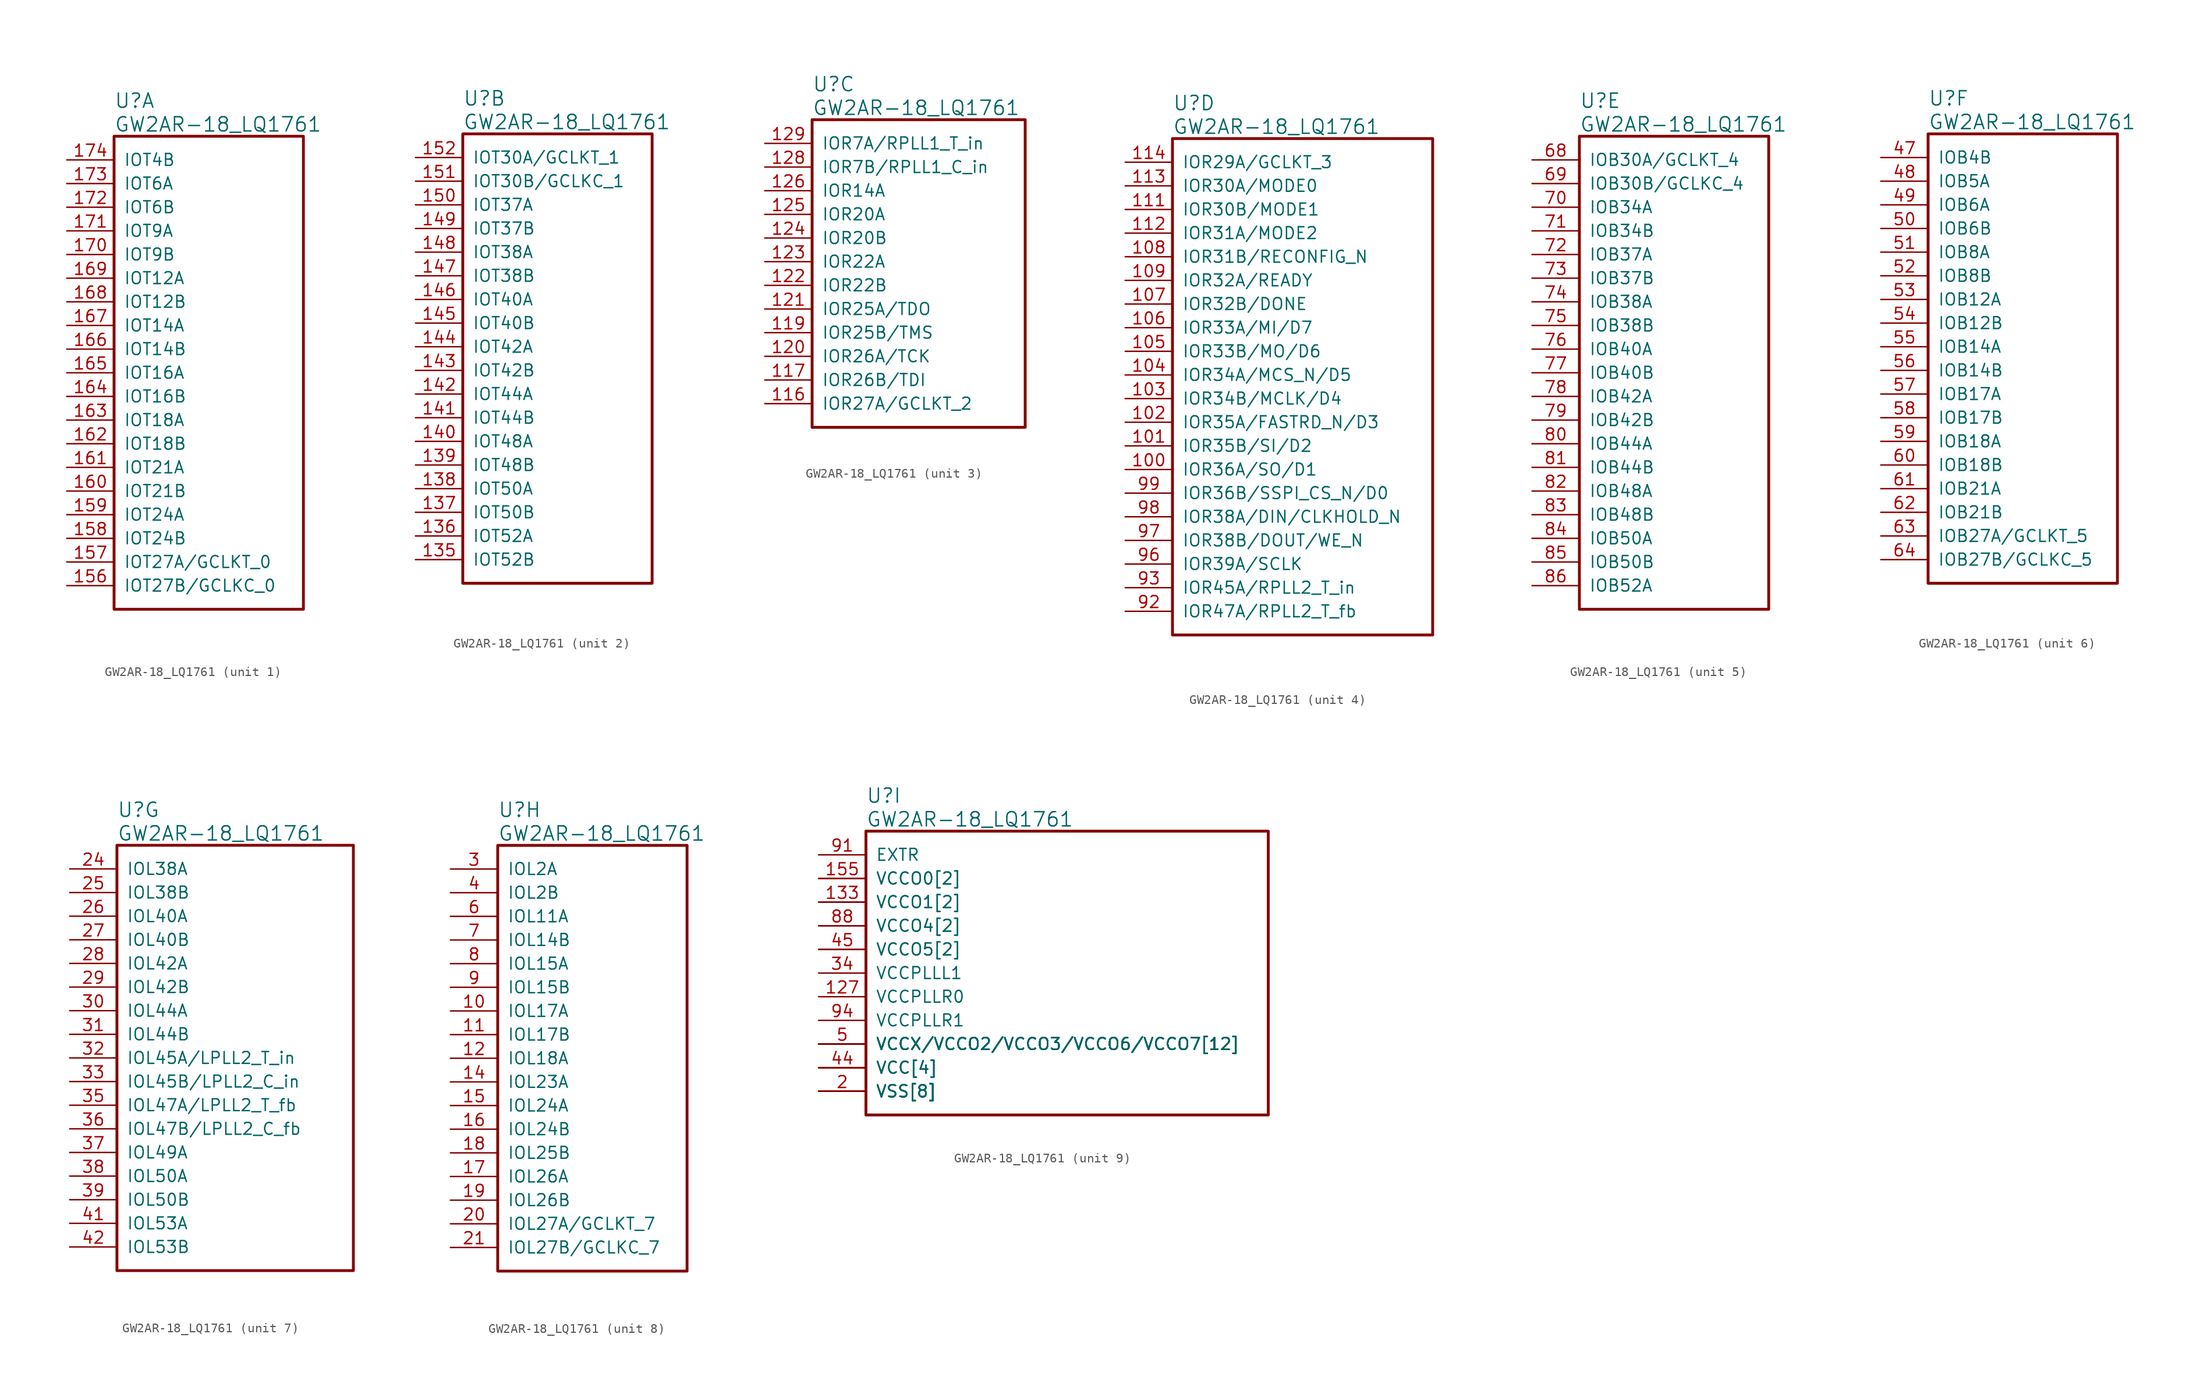
<source format=kicad_sym>
(kicad_symbol_lib
  (version 20220914)
  (generator kicad_symbol_editor)
  (symbol "GW2AR-18_LQ1761"
    (pin_names
      (offset 1.016))
    (property "Reference" "U"
      (at 5.08 6.35 0)
      (effects (font (size 1.524 1.524)) (justify left)))
    (property "Value" "GW2AR-18_LQ1761"
      (at 5.08 3.81 0)
      (effects (font (size 1.524 1.524)) (justify left)))
    (property "ki_locked" ""
      (at 0 0 0)
      (effects (font (size 1.27 1.27))))
    (symbol "GW2AR-18_LQ1761_1_1"
      (rectangle (start 5.08 2.54) (end 25.4 -48.26) (stroke (width 0.305) (type solid)) (fill (type none)))
      (pin bidirectional line (at 0 -45.72 0) (length 5.08) (name "IOT27B/GCLKC_0" (effects (font (size 1.27 1.27)))) (number "156" (effects (font (size 1.27 1.27)))))
      (pin bidirectional line (at 0 -43.18 0) (length 5.08) (name "IOT27A/GCLKT_0" (effects (font (size 1.27 1.27)))) (number "157" (effects (font (size 1.27 1.27)))))
      (pin bidirectional line (at 0 -40.64 0) (length 5.08) (name "IOT24B" (effects (font (size 1.27 1.27)))) (number "158" (effects (font (size 1.27 1.27)))))
      (pin bidirectional line (at 0 -38.1 0) (length 5.08) (name "IOT24A" (effects (font (size 1.27 1.27)))) (number "159" (effects (font (size 1.27 1.27)))))
      (pin bidirectional line (at 0 -35.56 0) (length 5.08) (name "IOT21B" (effects (font (size 1.27 1.27)))) (number "160" (effects (font (size 1.27 1.27)))))
      (pin bidirectional line (at 0 -33.02 0) (length 5.08) (name "IOT21A" (effects (font (size 1.27 1.27)))) (number "161" (effects (font (size 1.27 1.27)))))
      (pin bidirectional line (at 0 -30.48 0) (length 5.08) (name "IOT18B" (effects (font (size 1.27 1.27)))) (number "162" (effects (font (size 1.27 1.27)))))
      (pin bidirectional line (at 0 -27.94 0) (length 5.08) (name "IOT18A" (effects (font (size 1.27 1.27)))) (number "163" (effects (font (size 1.27 1.27)))))
      (pin bidirectional line (at 0 -25.4 0) (length 5.08) (name "IOT16B" (effects (font (size 1.27 1.27)))) (number "164" (effects (font (size 1.27 1.27)))))
      (pin bidirectional line (at 0 -22.86 0) (length 5.08) (name "IOT16A" (effects (font (size 1.27 1.27)))) (number "165" (effects (font (size 1.27 1.27)))))
      (pin bidirectional line (at 0 -20.32 0) (length 5.08) (name "IOT14B" (effects (font (size 1.27 1.27)))) (number "166" (effects (font (size 1.27 1.27)))))
      (pin bidirectional line (at 0 -17.78 0) (length 5.08) (name "IOT14A" (effects (font (size 1.27 1.27)))) (number "167" (effects (font (size 1.27 1.27)))))
      (pin bidirectional line (at 0 -15.24 0) (length 5.08) (name "IOT12B" (effects (font (size 1.27 1.27)))) (number "168" (effects (font (size 1.27 1.27)))))
      (pin bidirectional line (at 0 -12.7 0) (length 5.08) (name "IOT12A" (effects (font (size 1.27 1.27)))) (number "169" (effects (font (size 1.27 1.27)))))
      (pin bidirectional line (at 0 -10.16 0) (length 5.08) (name "IOT9B" (effects (font (size 1.27 1.27)))) (number "170" (effects (font (size 1.27 1.27)))))
      (pin bidirectional line (at 0 -7.62 0) (length 5.08) (name "IOT9A" (effects (font (size 1.27 1.27)))) (number "171" (effects (font (size 1.27 1.27)))))
      (pin bidirectional line (at 0 -5.08 0) (length 5.08) (name "IOT6B" (effects (font (size 1.27 1.27)))) (number "172" (effects (font (size 1.27 1.27)))))
      (pin bidirectional line (at 0 -2.54 0) (length 5.08) (name "IOT6A" (effects (font (size 1.27 1.27)))) (number "173" (effects (font (size 1.27 1.27)))))
      (pin bidirectional line (at 0 0 0) (length 5.08) (name "IOT4B" (effects (font (size 1.27 1.27)))) (number "174" (effects (font (size 1.27 1.27))))))
    (symbol "GW2AR-18_LQ1761_2_1"
      (rectangle (start 5.08 2.54) (end 25.4 -45.72) (stroke (width 0.305) (type solid)) (fill (type none)))
      (pin bidirectional line (at 0 -43.18 0) (length 5.08) (name "IOT52B" (effects (font (size 1.27 1.27)))) (number "135" (effects (font (size 1.27 1.27)))))
      (pin bidirectional line (at 0 -40.64 0) (length 5.08) (name "IOT52A" (effects (font (size 1.27 1.27)))) (number "136" (effects (font (size 1.27 1.27)))))
      (pin bidirectional line (at 0 -38.1 0) (length 5.08) (name "IOT50B" (effects (font (size 1.27 1.27)))) (number "137" (effects (font (size 1.27 1.27)))))
      (pin bidirectional line (at 0 -35.56 0) (length 5.08) (name "IOT50A" (effects (font (size 1.27 1.27)))) (number "138" (effects (font (size 1.27 1.27)))))
      (pin bidirectional line (at 0 -33.02 0) (length 5.08) (name "IOT48B" (effects (font (size 1.27 1.27)))) (number "139" (effects (font (size 1.27 1.27)))))
      (pin bidirectional line (at 0 -30.48 0) (length 5.08) (name "IOT48A" (effects (font (size 1.27 1.27)))) (number "140" (effects (font (size 1.27 1.27)))))
      (pin bidirectional line (at 0 -27.94 0) (length 5.08) (name "IOT44B" (effects (font (size 1.27 1.27)))) (number "141" (effects (font (size 1.27 1.27)))))
      (pin bidirectional line (at 0 -25.4 0) (length 5.08) (name "IOT44A" (effects (font (size 1.27 1.27)))) (number "142" (effects (font (size 1.27 1.27)))))
      (pin bidirectional line (at 0 -22.86 0) (length 5.08) (name "IOT42B" (effects (font (size 1.27 1.27)))) (number "143" (effects (font (size 1.27 1.27)))))
      (pin bidirectional line (at 0 -20.32 0) (length 5.08) (name "IOT42A" (effects (font (size 1.27 1.27)))) (number "144" (effects (font (size 1.27 1.27)))))
      (pin bidirectional line (at 0 -17.78 0) (length 5.08) (name "IOT40B" (effects (font (size 1.27 1.27)))) (number "145" (effects (font (size 1.27 1.27)))))
      (pin bidirectional line (at 0 -15.24 0) (length 5.08) (name "IOT40A" (effects (font (size 1.27 1.27)))) (number "146" (effects (font (size 1.27 1.27)))))
      (pin bidirectional line (at 0 -12.7 0) (length 5.08) (name "IOT38B" (effects (font (size 1.27 1.27)))) (number "147" (effects (font (size 1.27 1.27)))))
      (pin bidirectional line (at 0 -10.16 0) (length 5.08) (name "IOT38A" (effects (font (size 1.27 1.27)))) (number "148" (effects (font (size 1.27 1.27)))))
      (pin bidirectional line (at 0 -7.62 0) (length 5.08) (name "IOT37B" (effects (font (size 1.27 1.27)))) (number "149" (effects (font (size 1.27 1.27)))))
      (pin bidirectional line (at 0 -5.08 0) (length 5.08) (name "IOT37A" (effects (font (size 1.27 1.27)))) (number "150" (effects (font (size 1.27 1.27)))))
      (pin bidirectional line (at 0 -2.54 0) (length 5.08) (name "IOT30B/GCLKC_1" (effects (font (size 1.27 1.27)))) (number "151" (effects (font (size 1.27 1.27)))))
      (pin bidirectional line (at 0 0 0) (length 5.08) (name "IOT30A/GCLKT_1" (effects (font (size 1.27 1.27)))) (number "152" (effects (font (size 1.27 1.27))))))
    (symbol "GW2AR-18_LQ1761_3_1"
      (rectangle (start 5.08 2.54) (end 27.94 -30.48) (stroke (width 0.305) (type solid)) (fill (type none)))
      (pin bidirectional line (at 0 -27.94 0) (length 5.08) (name "IOR27A/GCLKT_2" (effects (font (size 1.27 1.27)))) (number "116" (effects (font (size 1.27 1.27)))))
      (pin bidirectional line (at 0 -25.4 0) (length 5.08) (name "IOR26B/TDI" (effects (font (size 1.27 1.27)))) (number "117" (effects (font (size 1.27 1.27)))))
      (pin bidirectional line (at 0 -20.32 0) (length 5.08) (name "IOR25B/TMS" (effects (font (size 1.27 1.27)))) (number "119" (effects (font (size 1.27 1.27)))))
      (pin bidirectional line (at 0 -22.86 0) (length 5.08) (name "IOR26A/TCK" (effects (font (size 1.27 1.27)))) (number "120" (effects (font (size 1.27 1.27)))))
      (pin bidirectional line (at 0 -17.78 0) (length 5.08) (name "IOR25A/TDO" (effects (font (size 1.27 1.27)))) (number "121" (effects (font (size 1.27 1.27)))))
      (pin bidirectional line (at 0 -15.24 0) (length 5.08) (name "IOR22B" (effects (font (size 1.27 1.27)))) (number "122" (effects (font (size 1.27 1.27)))))
      (pin bidirectional line (at 0 -12.7 0) (length 5.08) (name "IOR22A" (effects (font (size 1.27 1.27)))) (number "123" (effects (font (size 1.27 1.27)))))
      (pin bidirectional line (at 0 -10.16 0) (length 5.08) (name "IOR20B" (effects (font (size 1.27 1.27)))) (number "124" (effects (font (size 1.27 1.27)))))
      (pin bidirectional line (at 0 -7.62 0) (length 5.08) (name "IOR20A" (effects (font (size 1.27 1.27)))) (number "125" (effects (font (size 1.27 1.27)))))
      (pin bidirectional line (at 0 -5.08 0) (length 5.08) (name "IOR14A" (effects (font (size 1.27 1.27)))) (number "126" (effects (font (size 1.27 1.27)))))
      (pin bidirectional line (at 0 -2.54 0) (length 5.08) (name "IOR7B/RPLL1_C_in" (effects (font (size 1.27 1.27)))) (number "128" (effects (font (size 1.27 1.27)))))
      (pin bidirectional line (at 0 0 0) (length 5.08) (name "IOR7A/RPLL1_T_in" (effects (font (size 1.27 1.27)))) (number "129" (effects (font (size 1.27 1.27))))))
    (symbol "GW2AR-18_LQ1761_4_1"
      (rectangle (start 5.08 2.54) (end 33.02 -50.8) (stroke (width 0.305) (type solid)) (fill (type none)))
      (pin bidirectional line (at 0 -33.02 0) (length 5.08) (name "IOR36A/SO/D1" (effects (font (size 1.27 1.27)))) (number "100" (effects (font (size 1.27 1.27)))))
      (pin bidirectional line (at 0 -30.48 0) (length 5.08) (name "IOR35B/SI/D2" (effects (font (size 1.27 1.27)))) (number "101" (effects (font (size 1.27 1.27)))))
      (pin bidirectional line (at 0 -27.94 0) (length 5.08) (name "IOR35A/FASTRD_N/D3" (effects (font (size 1.27 1.27)))) (number "102" (effects (font (size 1.27 1.27)))))
      (pin bidirectional line (at 0 -25.4 0) (length 5.08) (name "IOR34B/MCLK/D4" (effects (font (size 1.27 1.27)))) (number "103" (effects (font (size 1.27 1.27)))))
      (pin bidirectional line (at 0 -22.86 0) (length 5.08) (name "IOR34A/MCS_N/D5" (effects (font (size 1.27 1.27)))) (number "104" (effects (font (size 1.27 1.27)))))
      (pin bidirectional line (at 0 -20.32 0) (length 5.08) (name "IOR33B/MO/D6" (effects (font (size 1.27 1.27)))) (number "105" (effects (font (size 1.27 1.27)))))
      (pin bidirectional line (at 0 -17.78 0) (length 5.08) (name "IOR33A/MI/D7" (effects (font (size 1.27 1.27)))) (number "106" (effects (font (size 1.27 1.27)))))
      (pin bidirectional line (at 0 -15.24 0) (length 5.08) (name "IOR32B/DONE" (effects (font (size 1.27 1.27)))) (number "107" (effects (font (size 1.27 1.27)))))
      (pin bidirectional line (at 0 -10.16 0) (length 5.08) (name "IOR31B/RECONFIG_N" (effects (font (size 1.27 1.27)))) (number "108" (effects (font (size 1.27 1.27)))))
      (pin bidirectional line (at 0 -12.7 0) (length 5.08) (name "IOR32A/READY" (effects (font (size 1.27 1.27)))) (number "109" (effects (font (size 1.27 1.27)))))
      (pin bidirectional line (at 0 -5.08 0) (length 5.08) (name "IOR30B/MODE1" (effects (font (size 1.27 1.27)))) (number "111" (effects (font (size 1.27 1.27)))))
      (pin bidirectional line (at 0 -7.62 0) (length 5.08) (name "IOR31A/MODE2" (effects (font (size 1.27 1.27)))) (number "112" (effects (font (size 1.27 1.27)))))
      (pin bidirectional line (at 0 -2.54 0) (length 5.08) (name "IOR30A/MODE0" (effects (font (size 1.27 1.27)))) (number "113" (effects (font (size 1.27 1.27)))))
      (pin bidirectional line (at 0 0 0) (length 5.08) (name "IOR29A/GCLKT_3" (effects (font (size 1.27 1.27)))) (number "114" (effects (font (size 1.27 1.27)))))
      (pin bidirectional line (at 0 -48.26 0) (length 5.08) (name "IOR47A/RPLL2_T_fb" (effects (font (size 1.27 1.27)))) (number "92" (effects (font (size 1.27 1.27)))))
      (pin bidirectional line (at 0 -45.72 0) (length 5.08) (name "IOR45A/RPLL2_T_in" (effects (font (size 1.27 1.27)))) (number "93" (effects (font (size 1.27 1.27)))))
      (pin bidirectional line (at 0 -43.18 0) (length 5.08) (name "IOR39A/SCLK" (effects (font (size 1.27 1.27)))) (number "96" (effects (font (size 1.27 1.27)))))
      (pin bidirectional line (at 0 -40.64 0) (length 5.08) (name "IOR38B/DOUT/WE_N" (effects (font (size 1.27 1.27)))) (number "97" (effects (font (size 1.27 1.27)))))
      (pin bidirectional line (at 0 -38.1 0) (length 5.08) (name "IOR38A/DIN/CLKHOLD_N" (effects (font (size 1.27 1.27)))) (number "98" (effects (font (size 1.27 1.27)))))
      (pin bidirectional line (at 0 -35.56 0) (length 5.08) (name "IOR36B/SSPI_CS_N/D0" (effects (font (size 1.27 1.27)))) (number "99" (effects (font (size 1.27 1.27))))))
    (symbol "GW2AR-18_LQ1761_5_1"
      (rectangle (start 5.08 2.54) (end 25.4 -48.26) (stroke (width 0.305) (type solid)) (fill (type none)))
      (pin bidirectional line (at 0 0 0) (length 5.08) (name "IOB30A/GCLKT_4" (effects (font (size 1.27 1.27)))) (number "68" (effects (font (size 1.27 1.27)))))
      (pin bidirectional line (at 0 -2.54 0) (length 5.08) (name "IOB30B/GCLKC_4" (effects (font (size 1.27 1.27)))) (number "69" (effects (font (size 1.27 1.27)))))
      (pin bidirectional line (at 0 -5.08 0) (length 5.08) (name "IOB34A" (effects (font (size 1.27 1.27)))) (number "70" (effects (font (size 1.27 1.27)))))
      (pin bidirectional line (at 0 -7.62 0) (length 5.08) (name "IOB34B" (effects (font (size 1.27 1.27)))) (number "71" (effects (font (size 1.27 1.27)))))
      (pin bidirectional line (at 0 -10.16 0) (length 5.08) (name "IOB37A" (effects (font (size 1.27 1.27)))) (number "72" (effects (font (size 1.27 1.27)))))
      (pin bidirectional line (at 0 -12.7 0) (length 5.08) (name "IOB37B" (effects (font (size 1.27 1.27)))) (number "73" (effects (font (size 1.27 1.27)))))
      (pin bidirectional line (at 0 -15.24 0) (length 5.08) (name "IOB38A" (effects (font (size 1.27 1.27)))) (number "74" (effects (font (size 1.27 1.27)))))
      (pin bidirectional line (at 0 -17.78 0) (length 5.08) (name "IOB38B" (effects (font (size 1.27 1.27)))) (number "75" (effects (font (size 1.27 1.27)))))
      (pin bidirectional line (at 0 -20.32 0) (length 5.08) (name "IOB40A" (effects (font (size 1.27 1.27)))) (number "76" (effects (font (size 1.27 1.27)))))
      (pin bidirectional line (at 0 -22.86 0) (length 5.08) (name "IOB40B" (effects (font (size 1.27 1.27)))) (number "77" (effects (font (size 1.27 1.27)))))
      (pin bidirectional line (at 0 -25.4 0) (length 5.08) (name "IOB42A" (effects (font (size 1.27 1.27)))) (number "78" (effects (font (size 1.27 1.27)))))
      (pin bidirectional line (at 0 -27.94 0) (length 5.08) (name "IOB42B" (effects (font (size 1.27 1.27)))) (number "79" (effects (font (size 1.27 1.27)))))
      (pin bidirectional line (at 0 -30.48 0) (length 5.08) (name "IOB44A" (effects (font (size 1.27 1.27)))) (number "80" (effects (font (size 1.27 1.27)))))
      (pin bidirectional line (at 0 -33.02 0) (length 5.08) (name "IOB44B" (effects (font (size 1.27 1.27)))) (number "81" (effects (font (size 1.27 1.27)))))
      (pin bidirectional line (at 0 -35.56 0) (length 5.08) (name "IOB48A" (effects (font (size 1.27 1.27)))) (number "82" (effects (font (size 1.27 1.27)))))
      (pin bidirectional line (at 0 -38.1 0) (length 5.08) (name "IOB48B" (effects (font (size 1.27 1.27)))) (number "83" (effects (font (size 1.27 1.27)))))
      (pin bidirectional line (at 0 -40.64 0) (length 5.08) (name "IOB50A" (effects (font (size 1.27 1.27)))) (number "84" (effects (font (size 1.27 1.27)))))
      (pin bidirectional line (at 0 -43.18 0) (length 5.08) (name "IOB50B" (effects (font (size 1.27 1.27)))) (number "85" (effects (font (size 1.27 1.27)))))
      (pin bidirectional line (at 0 -45.72 0) (length 5.08) (name "IOB52A" (effects (font (size 1.27 1.27)))) (number "86" (effects (font (size 1.27 1.27))))))
    (symbol "GW2AR-18_LQ1761_6_1"
      (rectangle (start 5.08 2.54) (end 25.4 -45.72) (stroke (width 0.305) (type solid)) (fill (type none)))
      (pin bidirectional line (at 0 0 0) (length 5.08) (name "IOB4B" (effects (font (size 1.27 1.27)))) (number "47" (effects (font (size 1.27 1.27)))))
      (pin bidirectional line (at 0 -2.54 0) (length 5.08) (name "IOB5A" (effects (font (size 1.27 1.27)))) (number "48" (effects (font (size 1.27 1.27)))))
      (pin bidirectional line (at 0 -5.08 0) (length 5.08) (name "IOB6A" (effects (font (size 1.27 1.27)))) (number "49" (effects (font (size 1.27 1.27)))))
      (pin bidirectional line (at 0 -7.62 0) (length 5.08) (name "IOB6B" (effects (font (size 1.27 1.27)))) (number "50" (effects (font (size 1.27 1.27)))))
      (pin bidirectional line (at 0 -10.16 0) (length 5.08) (name "IOB8A" (effects (font (size 1.27 1.27)))) (number "51" (effects (font (size 1.27 1.27)))))
      (pin bidirectional line (at 0 -12.7 0) (length 5.08) (name "IOB8B" (effects (font (size 1.27 1.27)))) (number "52" (effects (font (size 1.27 1.27)))))
      (pin bidirectional line (at 0 -15.24 0) (length 5.08) (name "IOB12A" (effects (font (size 1.27 1.27)))) (number "53" (effects (font (size 1.27 1.27)))))
      (pin bidirectional line (at 0 -17.78 0) (length 5.08) (name "IOB12B" (effects (font (size 1.27 1.27)))) (number "54" (effects (font (size 1.27 1.27)))))
      (pin bidirectional line (at 0 -20.32 0) (length 5.08) (name "IOB14A" (effects (font (size 1.27 1.27)))) (number "55" (effects (font (size 1.27 1.27)))))
      (pin bidirectional line (at 0 -22.86 0) (length 5.08) (name "IOB14B" (effects (font (size 1.27 1.27)))) (number "56" (effects (font (size 1.27 1.27)))))
      (pin bidirectional line (at 0 -25.4 0) (length 5.08) (name "IOB17A" (effects (font (size 1.27 1.27)))) (number "57" (effects (font (size 1.27 1.27)))))
      (pin bidirectional line (at 0 -27.94 0) (length 5.08) (name "IOB17B" (effects (font (size 1.27 1.27)))) (number "58" (effects (font (size 1.27 1.27)))))
      (pin bidirectional line (at 0 -30.48 0) (length 5.08) (name "IOB18A" (effects (font (size 1.27 1.27)))) (number "59" (effects (font (size 1.27 1.27)))))
      (pin bidirectional line (at 0 -33.02 0) (length 5.08) (name "IOB18B" (effects (font (size 1.27 1.27)))) (number "60" (effects (font (size 1.27 1.27)))))
      (pin bidirectional line (at 0 -35.56 0) (length 5.08) (name "IOB21A" (effects (font (size 1.27 1.27)))) (number "61" (effects (font (size 1.27 1.27)))))
      (pin bidirectional line (at 0 -38.1 0) (length 5.08) (name "IOB21B" (effects (font (size 1.27 1.27)))) (number "62" (effects (font (size 1.27 1.27)))))
      (pin bidirectional line (at 0 -40.64 0) (length 5.08) (name "IOB27A/GCLKT_5" (effects (font (size 1.27 1.27)))) (number "63" (effects (font (size 1.27 1.27)))))
      (pin bidirectional line (at 0 -43.18 0) (length 5.08) (name "IOB27B/GCLKC_5" (effects (font (size 1.27 1.27)))) (number "64" (effects (font (size 1.27 1.27))))))
    (symbol "GW2AR-18_LQ1761_7_1"
      (rectangle (start 5.08 2.54) (end 30.48 -43.18) (stroke (width 0.305) (type solid)) (fill (type none)))
      (pin bidirectional line (at 0 0 0) (length 5.08) (name "IOL38A" (effects (font (size 1.27 1.27)))) (number "24" (effects (font (size 1.27 1.27)))))
      (pin bidirectional line (at 0 -2.54 0) (length 5.08) (name "IOL38B" (effects (font (size 1.27 1.27)))) (number "25" (effects (font (size 1.27 1.27)))))
      (pin bidirectional line (at 0 -5.08 0) (length 5.08) (name "IOL40A" (effects (font (size 1.27 1.27)))) (number "26" (effects (font (size 1.27 1.27)))))
      (pin bidirectional line (at 0 -7.62 0) (length 5.08) (name "IOL40B" (effects (font (size 1.27 1.27)))) (number "27" (effects (font (size 1.27 1.27)))))
      (pin bidirectional line (at 0 -10.16 0) (length 5.08) (name "IOL42A" (effects (font (size 1.27 1.27)))) (number "28" (effects (font (size 1.27 1.27)))))
      (pin bidirectional line (at 0 -12.7 0) (length 5.08) (name "IOL42B" (effects (font (size 1.27 1.27)))) (number "29" (effects (font (size 1.27 1.27)))))
      (pin bidirectional line (at 0 -15.24 0) (length 5.08) (name "IOL44A" (effects (font (size 1.27 1.27)))) (number "30" (effects (font (size 1.27 1.27)))))
      (pin bidirectional line (at 0 -17.78 0) (length 5.08) (name "IOL44B" (effects (font (size 1.27 1.27)))) (number "31" (effects (font (size 1.27 1.27)))))
      (pin bidirectional line (at 0 -20.32 0) (length 5.08) (name "IOL45A/LPLL2_T_in" (effects (font (size 1.27 1.27)))) (number "32" (effects (font (size 1.27 1.27)))))
      (pin bidirectional line (at 0 -22.86 0) (length 5.08) (name "IOL45B/LPLL2_C_in" (effects (font (size 1.27 1.27)))) (number "33" (effects (font (size 1.27 1.27)))))
      (pin bidirectional line (at 0 -25.4 0) (length 5.08) (name "IOL47A/LPLL2_T_fb" (effects (font (size 1.27 1.27)))) (number "35" (effects (font (size 1.27 1.27)))))
      (pin bidirectional line (at 0 -27.94 0) (length 5.08) (name "IOL47B/LPLL2_C_fb" (effects (font (size 1.27 1.27)))) (number "36" (effects (font (size 1.27 1.27)))))
      (pin bidirectional line (at 0 -30.48 0) (length 5.08) (name "IOL49A" (effects (font (size 1.27 1.27)))) (number "37" (effects (font (size 1.27 1.27)))))
      (pin bidirectional line (at 0 -33.02 0) (length 5.08) (name "IOL50A" (effects (font (size 1.27 1.27)))) (number "38" (effects (font (size 1.27 1.27)))))
      (pin bidirectional line (at 0 -35.56 0) (length 5.08) (name "IOL50B" (effects (font (size 1.27 1.27)))) (number "39" (effects (font (size 1.27 1.27)))))
      (pin bidirectional line (at 0 -38.1 0) (length 5.08) (name "IOL53A" (effects (font (size 1.27 1.27)))) (number "41" (effects (font (size 1.27 1.27)))))
      (pin bidirectional line (at 0 -40.64 0) (length 5.08) (name "IOL53B" (effects (font (size 1.27 1.27)))) (number "42" (effects (font (size 1.27 1.27))))))
    (symbol "GW2AR-18_LQ1761_8_1"
      (rectangle (start 5.08 2.54) (end 25.4 -43.18) (stroke (width 0.305) (type solid)) (fill (type none)))
      (pin bidirectional line (at 0 -15.24 0) (length 5.08) (name "IOL17A" (effects (font (size 1.27 1.27)))) (number "10" (effects (font (size 1.27 1.27)))))
      (pin bidirectional line (at 0 -17.78 0) (length 5.08) (name "IOL17B" (effects (font (size 1.27 1.27)))) (number "11" (effects (font (size 1.27 1.27)))))
      (pin bidirectional line (at 0 -20.32 0) (length 5.08) (name "IOL18A" (effects (font (size 1.27 1.27)))) (number "12" (effects (font (size 1.27 1.27)))))
      (pin bidirectional line (at 0 -22.86 0) (length 5.08) (name "IOL23A" (effects (font (size 1.27 1.27)))) (number "14" (effects (font (size 1.27 1.27)))))
      (pin bidirectional line (at 0 -25.4 0) (length 5.08) (name "IOL24A" (effects (font (size 1.27 1.27)))) (number "15" (effects (font (size 1.27 1.27)))))
      (pin bidirectional line (at 0 -27.94 0) (length 5.08) (name "IOL24B" (effects (font (size 1.27 1.27)))) (number "16" (effects (font (size 1.27 1.27)))))
      (pin bidirectional line (at 0 -33.02 0) (length 5.08) (name "IOL26A" (effects (font (size 1.27 1.27)))) (number "17" (effects (font (size 1.27 1.27)))))
      (pin bidirectional line (at 0 -30.48 0) (length 5.08) (name "IOL25B" (effects (font (size 1.27 1.27)))) (number "18" (effects (font (size 1.27 1.27)))))
      (pin bidirectional line (at 0 -35.56 0) (length 5.08) (name "IOL26B" (effects (font (size 1.27 1.27)))) (number "19" (effects (font (size 1.27 1.27)))))
      (pin bidirectional line (at 0 -38.1 0) (length 5.08) (name "IOL27A/GCLKT_7" (effects (font (size 1.27 1.27)))) (number "20" (effects (font (size 1.27 1.27)))))
      (pin bidirectional line (at 0 -40.64 0) (length 5.08) (name "IOL27B/GCLKC_7" (effects (font (size 1.27 1.27)))) (number "21" (effects (font (size 1.27 1.27)))))
      (pin bidirectional line (at 0 0 0) (length 5.08) (name "IOL2A" (effects (font (size 1.27 1.27)))) (number "3" (effects (font (size 1.27 1.27)))))
      (pin bidirectional line (at 0 -2.54 0) (length 5.08) (name "IOL2B" (effects (font (size 1.27 1.27)))) (number "4" (effects (font (size 1.27 1.27)))))
      (pin bidirectional line (at 0 -5.08 0) (length 5.08) (name "IOL11A" (effects (font (size 1.27 1.27)))) (number "6" (effects (font (size 1.27 1.27)))))
      (pin bidirectional line (at 0 -7.62 0) (length 5.08) (name "IOL14B" (effects (font (size 1.27 1.27)))) (number "7" (effects (font (size 1.27 1.27)))))
      (pin bidirectional line (at 0 -10.16 0) (length 5.08) (name "IOL15A" (effects (font (size 1.27 1.27)))) (number "8" (effects (font (size 1.27 1.27)))))
      (pin bidirectional line (at 0 -12.7 0) (length 5.08) (name "IOL15B" (effects (font (size 1.27 1.27)))) (number "9" (effects (font (size 1.27 1.27))))))
    (symbol "GW2AR-18_LQ1761_9_1"
      (rectangle (start 5.08 2.54) (end 48.26 -27.94) (stroke (width 0.305) (type solid)) (fill (type none)))
      (pin power_in line (at 0 -22.86 0) (length 5.08) (name "VCC[4]" (effects (font (size 1.27 1.27)))) (number "1" (effects (font (size 0 0)))))
      (pin power_in line (at 0 -20.32 0) (length 5.08) (name "VCCX/VCCO2/VCCO3/VCCO6/VCCO7[12]" (effects (font (size 1.27 1.27)))) (number "110" (effects (font (size 0 0)))))
      (pin power_in line (at 0 -20.32 0) (length 5.08) (name "VCCX/VCCO2/VCCO3/VCCO6/VCCO7[12]" (effects (font (size 1.27 1.27)))) (number "115" (effects (font (size 0 0)))))
      (pin power_in line (at 0 -20.32 0) (length 5.08) (name "VCCX/VCCO2/VCCO3/VCCO6/VCCO7[12]" (effects (font (size 1.27 1.27)))) (number "118" (effects (font (size 0 0)))))
      (pin power_in line (at 0 -15.24 0) (length 5.08) (name "VCCPLLR0" (effects (font (size 1.27 1.27)))) (number "127" (effects (font (size 1.27 1.27)))))
      (pin power_in line (at 0 -20.32 0) (length 5.08) (name "VCCX/VCCO2/VCCO3/VCCO6/VCCO7[12]" (effects (font (size 1.27 1.27)))) (number "13" (effects (font (size 0 0)))))
      (pin power_in line (at 0 -20.32 0) (length 5.08) (name "VCCX/VCCO2/VCCO3/VCCO6/VCCO7[12]" (effects (font (size 1.27 1.27)))) (number "130" (effects (font (size 0 0)))))
      (pin power_in line (at 0 -25.4 0) (length 5.08) (name "VSS[8]" (effects (font (size 1.27 1.27)))) (number "131" (effects (font (size 0 0)))))
      (pin power_in line (at 0 -22.86 0) (length 5.08) (name "VCC[4]" (effects (font (size 1.27 1.27)))) (number "132" (effects (font (size 0 0)))))
      (pin power_in line (at 0 -5.08 0) (length 5.08) (name "VCCO1[2]" (effects (font (size 1.27 1.27)))) (number "133" (effects (font (size 1.27 1.27)))))
      (pin power_in line (at 0 -25.4 0) (length 5.08) (name "VSS[8]" (effects (font (size 1.27 1.27)))) (number "134" (effects (font (size 0 0)))))
      (pin power_in line (at 0 -5.08 0) (length 5.08) (name "VCCO1[2]" (effects (font (size 1.27 1.27)))) (number "153" (effects (font (size 0 0)))))
      (pin power_in line (at 0 -20.32 0) (length 5.08) (name "VCCX/VCCO2/VCCO3/VCCO6/VCCO7[12]" (effects (font (size 1.27 1.27)))) (number "154" (effects (font (size 0 0)))))
      (pin power_in line (at 0 -2.54 0) (length 5.08) (name "VCCO0[2]" (effects (font (size 1.27 1.27)))) (number "155" (effects (font (size 1.27 1.27)))))
      (pin power_in line (at 0 -25.4 0) (length 5.08) (name "VSS[8]" (effects (font (size 1.27 1.27)))) (number "175" (effects (font (size 0 0)))))
      (pin power_in line (at 0 -2.54 0) (length 5.08) (name "VCCO0[2]" (effects (font (size 1.27 1.27)))) (number "176" (effects (font (size 0 0)))))
      (pin power_in line (at 0 -25.4 0) (length 5.08) (name "VSS[8]" (effects (font (size 1.27 1.27)))) (number "2" (effects (font (size 1.27 1.27)))))
      (pin power_in line (at 0 -20.32 0) (length 5.08) (name "VCCX/VCCO2/VCCO3/VCCO6/VCCO7[12]" (effects (font (size 1.27 1.27)))) (number "22" (effects (font (size 0 0)))))
      (pin power_in line (at 0 -20.32 0) (length 5.08) (name "VCCX/VCCO2/VCCO3/VCCO6/VCCO7[12]" (effects (font (size 1.27 1.27)))) (number "23" (effects (font (size 0 0)))))
      (pin power_in line (at 0 -12.7 0) (length 5.08) (name "VCCPLLL1" (effects (font (size 1.27 1.27)))) (number "34" (effects (font (size 1.27 1.27)))))
      (pin power_in line (at 0 -20.32 0) (length 5.08) (name "VCCX/VCCO2/VCCO3/VCCO6/VCCO7[12]" (effects (font (size 1.27 1.27)))) (number "40" (effects (font (size 0 0)))))
      (pin power_in line (at 0 -25.4 0) (length 5.08) (name "VSS[8]" (effects (font (size 1.27 1.27)))) (number "43" (effects (font (size 0 0)))))
      (pin power_in line (at 0 -22.86 0) (length 5.08) (name "VCC[4]" (effects (font (size 1.27 1.27)))) (number "44" (effects (font (size 1.27 1.27)))))
      (pin power_in line (at 0 -10.16 0) (length 5.08) (name "VCCO5[2]" (effects (font (size 1.27 1.27)))) (number "45" (effects (font (size 1.27 1.27)))))
      (pin power_in line (at 0 -25.4 0) (length 5.08) (name "VSS[8]" (effects (font (size 1.27 1.27)))) (number "46" (effects (font (size 0 0)))))
      (pin power_in line (at 0 -20.32 0) (length 5.08) (name "VCCX/VCCO2/VCCO3/VCCO6/VCCO7[12]" (effects (font (size 1.27 1.27)))) (number "5" (effects (font (size 1.27 1.27)))))
      (pin power_in line (at 0 -10.16 0) (length 5.08) (name "VCCO5[2]" (effects (font (size 1.27 1.27)))) (number "65" (effects (font (size 0 0)))))
      (pin power_in line (at 0 -20.32 0) (length 5.08) (name "VCCX/VCCO2/VCCO3/VCCO6/VCCO7[12]" (effects (font (size 1.27 1.27)))) (number "66" (effects (font (size 0 0)))))
      (pin power_in line (at 0 -7.62 0) (length 5.08) (name "VCCO4[2]" (effects (font (size 1.27 1.27)))) (number "67" (effects (font (size 0 0)))))
      (pin power_in line (at 0 -25.4 0) (length 5.08) (name "VSS[8]" (effects (font (size 1.27 1.27)))) (number "87" (effects (font (size 0 0)))))
      (pin power_in line (at 0 -7.62 0) (length 5.08) (name "VCCO4[2]" (effects (font (size 1.27 1.27)))) (number "88" (effects (font (size 1.27 1.27)))))
      (pin power_in line (at 0 -22.86 0) (length 5.08) (name "VCC[4]" (effects (font (size 1.27 1.27)))) (number "89" (effects (font (size 0 0)))))
      (pin power_in line (at 0 -25.4 0) (length 5.08) (name "VSS[8]" (effects (font (size 1.27 1.27)))) (number "90" (effects (font (size 0 0)))))
      (pin power_in line (at 0 0 0) (length 5.08) (name "EXTR" (effects (font (size 1.27 1.27)))) (number "91" (effects (font (size 1.27 1.27)))))
      (pin power_in line (at 0 -17.78 0) (length 5.08) (name "VCCPLLR1" (effects (font (size 1.27 1.27)))) (number "94" (effects (font (size 1.27 1.27)))))
      (pin power_in line (at 0 -20.32 0) (length 5.08) (name "VCCX/VCCO2/VCCO3/VCCO6/VCCO7[12]" (effects (font (size 1.27 1.27)))) (number "95" (effects (font (size 0 0))))))))
</source>
